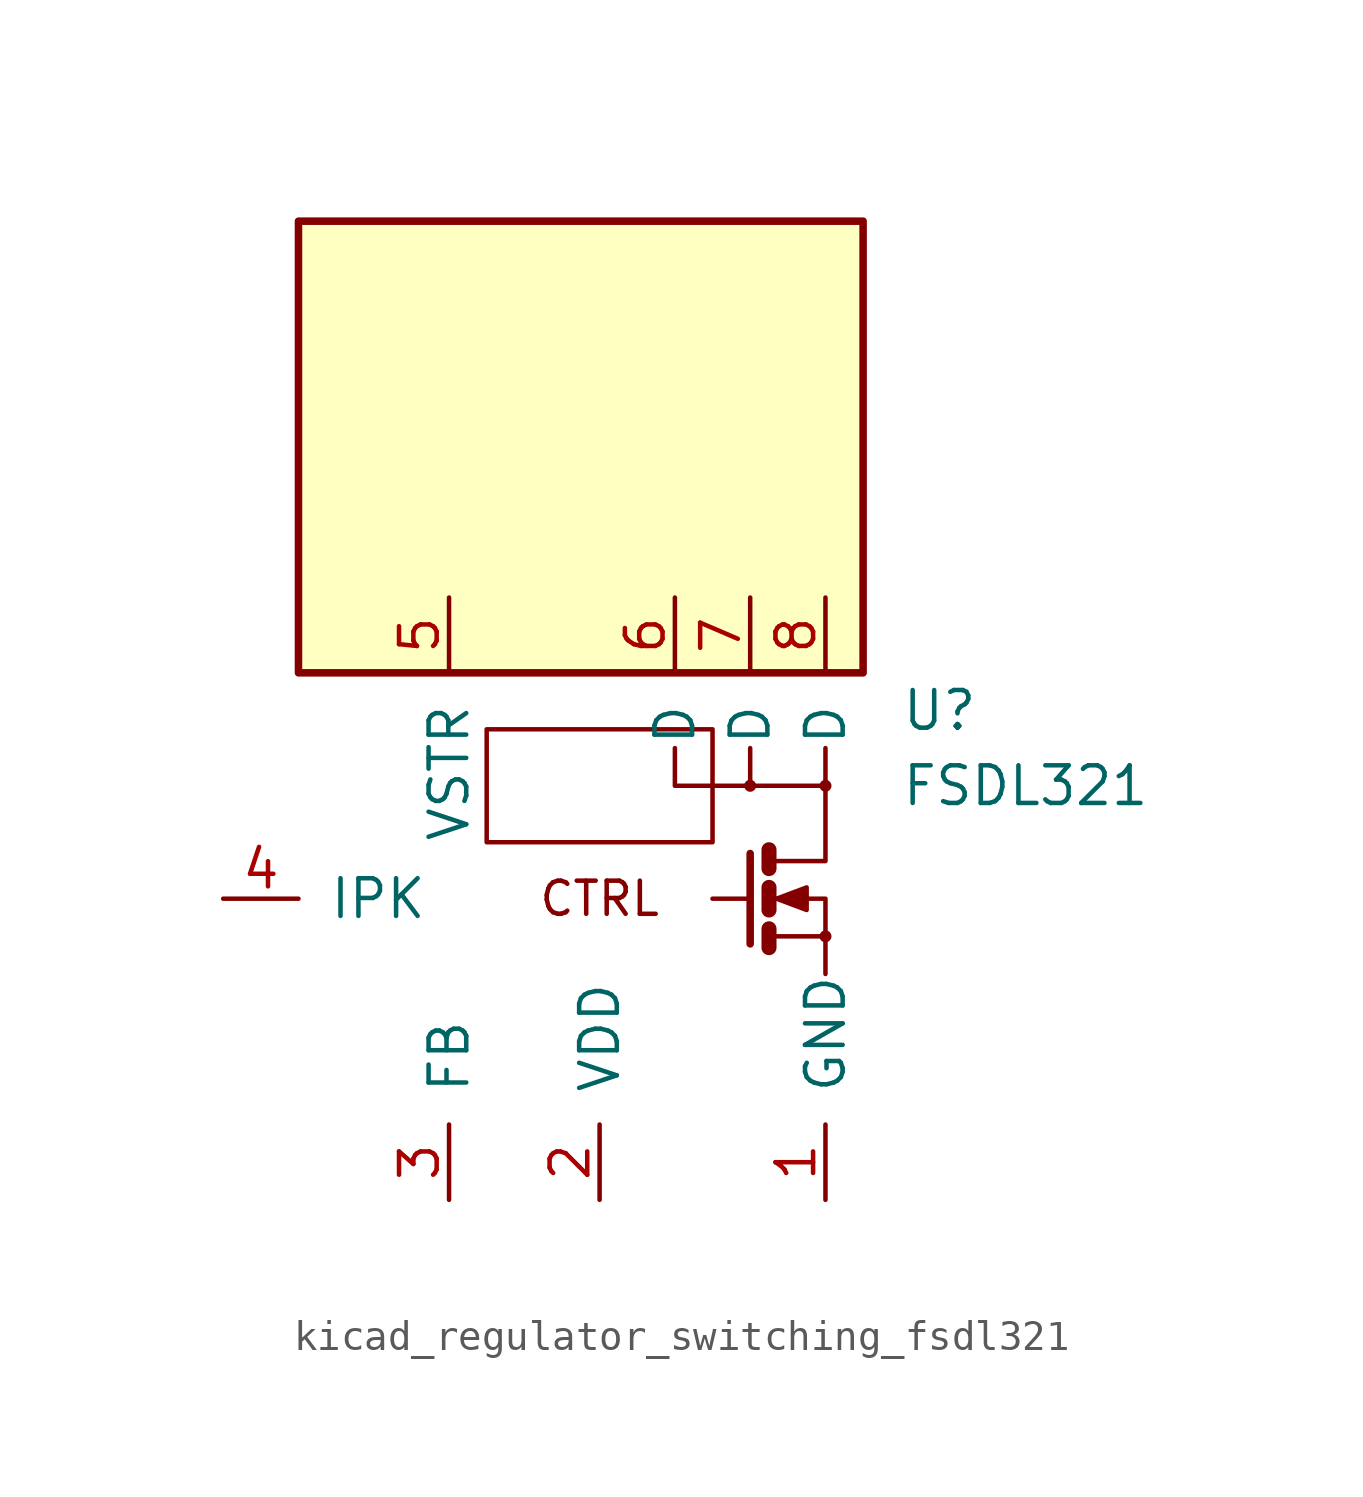
<source format=kicad_sym>
(kicad_symbol_lib
  (version 20220914)
  (generator kicad_symbol_editor)
  (symbol "kicad_regulator_switching_fsdl321"
    (pin_names
      (offset 1.016))
    (property "Reference" "U"
      (at 10.16 6.35 0)
      (effects (font (size 1.27 1.27)) (justify left)))
    (property "Value" "FSDL321"
      (at 10.16 3.81 0)
      (effects (font (size 1.27 1.27)) (justify left)))
    (symbol "kicad_regulator_switching_fsdl321_0_0"
      (circle (center 5.08 3.81) (radius 0.127) (stroke (width 0) (type default)) (fill (type none)))
      (circle (center 7.62 -1.27) (radius 0.127) (stroke (width 0) (type default)) (fill (type none)))
      (rectangle (start 8.89 22.86) (end -10.16 7.62) (stroke (width 0.254) (type default)) (fill (type background)))
      (text "CTRL" (at 0 0 0) (effects (font (size 1.118 1.118)))))
    (symbol "kicad_regulator_switching_fsdl321_0_1"
      (polyline (pts (xy 5.08 0) (xy 3.81 0)) (stroke (width 0) (type default)) (fill (type none)))
      (polyline (pts (xy 5.08 3.81) (xy 5.08 5.08)) (stroke (width 0) (type default)) (fill (type none)))
      (polyline (pts (xy 5.715 -1.016) (xy 5.715 -1.651)) (stroke (width 0.508) (type default)) (fill (type none)))
      (polyline (pts (xy 5.715 0.381) (xy 5.715 -0.381)) (stroke (width 0.508) (type default)) (fill (type none)))
      (polyline (pts (xy 5.715 1.651) (xy 5.715 1.016)) (stroke (width 0.508) (type default)) (fill (type none)))
      (polyline (pts (xy 5.08 1.524) (xy 5.08 -1.524) (xy 5.08 -1.524)) (stroke (width 0.254) (type default)) (fill (type none)))
      (polyline (pts (xy 5.715 -1.27) (xy 7.62 -1.27) (xy 7.62 -2.54)) (stroke (width 0) (type default)) (fill (type none)))
      (polyline (pts (xy 7.62 3.81) (xy 2.54 3.81) (xy 2.54 5.08)) (stroke (width 0) (type default)) (fill (type none)))
      (polyline (pts (xy 5.715 1.27) (xy 6.731 1.27) (xy 7.62 1.27) (xy 7.62 5.08)) (stroke (width 0) (type default)) (fill (type none)))
      (polyline (pts (xy 5.842 0) (xy 6.35 0) (xy 7.62 0) (xy 7.62 -1.27) (xy 7.62 -1.27)) (stroke (width 0) (type default)) (fill (type none)))
      (polyline (pts (xy 5.969 0) (xy 6.985 0.381) (xy 6.985 -0.381) (xy 5.969 0) (xy 6.096 0) (xy 6.096 0)) (stroke (width 0) (type default)) (fill (type outline)))
      (rectangle (start 3.81 5.715) (end -3.81 1.905) (stroke (width 0) (type default)) (fill (type none)))
      (circle (center 7.62 3.81) (radius 0.127) (stroke (width 0) (type default)) (fill (type none))))
    (symbol "kicad_regulator_switching_fsdl321_1_1"
      (pin power_in line (at 7.62 -10.16 90) (length 2.54) (name "GND" (effects (font (size 1.27 1.27)))) (number "1" (effects (font (size 1.27 1.27)))))
      (pin power_in line (at 0 -10.16 90) (length 2.54) (name "VDD" (effects (font (size 1.27 1.27)))) (number "2" (effects (font (size 1.27 1.27)))))
      (pin input line (at -5.08 -10.16 90) (length 2.54) (name "FB" (effects (font (size 1.27 1.27)))) (number "3" (effects (font (size 1.27 1.27)))))
      (pin passive line (at -12.7 0 0) (length 2.54) (name "IPK" (effects (font (size 1.27 1.27)))) (number "4" (effects (font (size 1.27 1.27)))))
      (pin passive line (at -5.08 10.16 270) (length 2.54) (name "VSTR" (effects (font (size 1.27 1.27)))) (number "5" (effects (font (size 1.27 1.27)))))
      (pin passive line (at 2.54 10.16 270) (length 2.54) (name "D" (effects (font (size 1.27 1.27)))) (number "6" (effects (font (size 1.27 1.27)))))
      (pin passive line (at 5.08 10.16 270) (length 2.54) (name "D" (effects (font (size 1.27 1.27)))) (number "7" (effects (font (size 1.27 1.27)))))
      (pin passive line (at 7.62 10.16 270) (length 2.54) (name "D" (effects (font (size 1.27 1.27)))) (number "8" (effects (font (size 1.27 1.27))))))))
</source>
